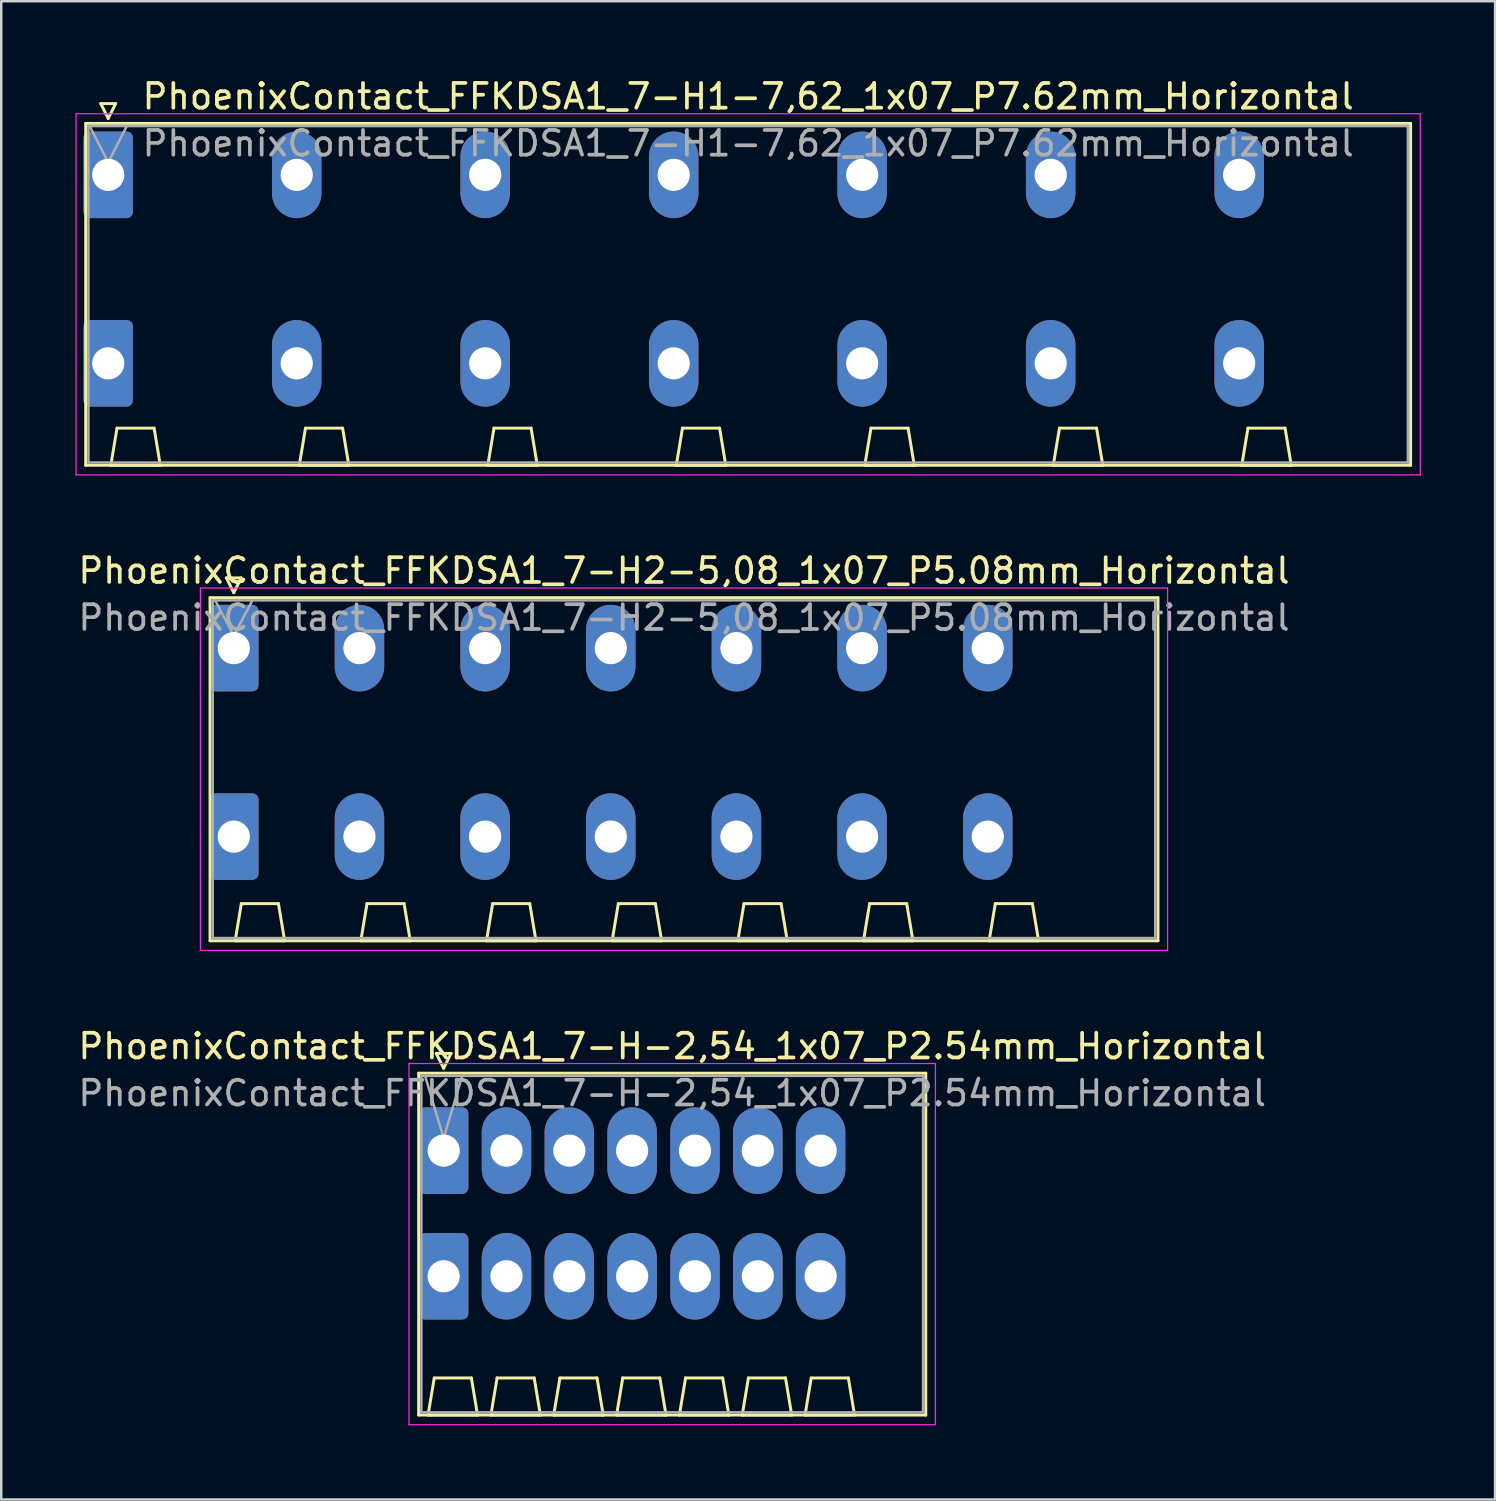
<source format=kicad_pcb>
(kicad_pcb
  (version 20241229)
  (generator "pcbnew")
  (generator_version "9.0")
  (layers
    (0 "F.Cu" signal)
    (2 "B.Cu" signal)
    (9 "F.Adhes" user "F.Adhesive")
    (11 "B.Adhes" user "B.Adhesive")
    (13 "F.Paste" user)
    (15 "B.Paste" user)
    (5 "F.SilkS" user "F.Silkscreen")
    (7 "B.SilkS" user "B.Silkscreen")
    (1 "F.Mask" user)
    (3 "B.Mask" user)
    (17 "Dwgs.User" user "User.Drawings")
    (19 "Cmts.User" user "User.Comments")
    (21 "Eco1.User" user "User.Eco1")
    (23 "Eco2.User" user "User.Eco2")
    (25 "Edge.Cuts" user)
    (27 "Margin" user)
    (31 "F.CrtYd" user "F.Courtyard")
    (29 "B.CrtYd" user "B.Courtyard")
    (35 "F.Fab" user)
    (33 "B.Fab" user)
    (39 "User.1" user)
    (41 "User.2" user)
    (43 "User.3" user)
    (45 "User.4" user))
  (footprint "PhoenixContact_FFKDSA1_7-H-2,54_1x07_P2.54mm_Horizontal"
    (layer "F.Cu")
    (at 14.885 43.465)
    (property "Reference" "PhoenixContact_FFKDSA1_7-H-2,54_1x07_P2.54mm_Horizontal" (at 9.24 -4.22 0) (layer "F.SilkS") (effects (font (size 1 1) (thickness 0.15))))
    (attr through_hole)
    (fp_line (start -1.01 -3.13) (end -1.01 10.69) (stroke (width 0.12) (type solid)) (layer "F.SilkS"))
    (fp_line (start -1.01 10.69) (end 19.49 10.69) (stroke (width 0.12) (type solid)) (layer "F.SilkS"))
    (fp_line (start -0.63 10.69) (end 1.37 10.69) (stroke (width 0.12) (type solid)) (layer "F.SilkS"))
    (fp_line (start -0.38 9.19) (end -0.63 10.69) (stroke (width 0.12) (type solid)) (layer "F.SilkS"))
    (fp_line (start -0.3 -3.93) (end 0.3 -3.93) (stroke (width 0.12) (type solid)) (layer "F.SilkS"))
    (fp_line (start 0 -3.33) (end -0.3 -3.93) (stroke (width 0.12) (type solid)) (layer "F.SilkS"))
    (fp_line (start 0.3 -3.93) (end 0 -3.33) (stroke (width 0.12) (type solid)) (layer "F.SilkS"))
    (fp_line (start 1.12 9.19) (end -0.38 9.19) (stroke (width 0.12) (type solid)) (layer "F.SilkS"))
    (fp_line (start 1.37 10.69) (end 1.12 9.19) (stroke (width 0.12) (type solid)) (layer "F.SilkS"))
    (fp_line (start 1.91 10.69) (end 3.91 10.69) (stroke (width 0.12) (type solid)) (layer "F.SilkS"))
    (fp_line (start 2.16 9.19) (end 1.91 10.69) (stroke (width 0.12) (type solid)) (layer "F.SilkS"))
    (fp_line (start 3.66 9.19) (end 2.16 9.19) (stroke (width 0.12) (type solid)) (layer "F.SilkS"))
    (fp_line (start 3.91 10.69) (end 3.66 9.19) (stroke (width 0.12) (type solid)) (layer "F.SilkS"))
    (fp_line (start 4.45 10.69) (end 6.45 10.69) (stroke (width 0.12) (type solid)) (layer "F.SilkS"))
    (fp_line (start 4.7 9.19) (end 4.45 10.69) (stroke (width 0.12) (type solid)) (layer "F.SilkS"))
    (fp_line (start 6.2 9.19) (end 4.7 9.19) (stroke (width 0.12) (type solid)) (layer "F.SilkS"))
    (fp_line (start 6.45 10.69) (end 6.2 9.19) (stroke (width 0.12) (type solid)) (layer "F.SilkS"))
    (fp_line (start 6.99 10.69) (end 8.99 10.69) (stroke (width 0.12) (type solid)) (layer "F.SilkS"))
    (fp_line (start 7.24 9.19) (end 6.99 10.69) (stroke (width 0.12) (type solid)) (layer "F.SilkS"))
    (fp_line (start 8.74 9.19) (end 7.24 9.19) (stroke (width 0.12) (type solid)) (layer "F.SilkS"))
    (fp_line (start 8.99 10.69) (end 8.74 9.19) (stroke (width 0.12) (type solid)) (layer "F.SilkS"))
    (fp_line (start 9.53 10.69) (end 11.53 10.69) (stroke (width 0.12) (type solid)) (layer "F.SilkS"))
    (fp_line (start 9.78 9.19) (end 9.53 10.69) (stroke (width 0.12) (type solid)) (layer "F.SilkS"))
    (fp_line (start 11.28 9.19) (end 9.78 9.19) (stroke (width 0.12) (type solid)) (layer "F.SilkS"))
    (fp_line (start 11.53 10.69) (end 11.28 9.19) (stroke (width 0.12) (type solid)) (layer "F.SilkS"))
    (fp_line (start 12.07 10.69) (end 14.07 10.69) (stroke (width 0.12) (type solid)) (layer "F.SilkS"))
    (fp_line (start 12.32 9.19) (end 12.07 10.69) (stroke (width 0.12) (type solid)) (layer "F.SilkS"))
    (fp_line (start 13.82 9.19) (end 12.32 9.19) (stroke (width 0.12) (type solid)) (layer "F.SilkS"))
    (fp_line (start 14.07 10.69) (end 13.82 9.19) (stroke (width 0.12) (type solid)) (layer "F.SilkS"))
    (fp_line (start 14.61 10.69) (end 16.61 10.69) (stroke (width 0.12) (type solid)) (layer "F.SilkS"))
    (fp_line (start 14.86 9.19) (end 14.61 10.69) (stroke (width 0.12) (type solid)) (layer "F.SilkS"))
    (fp_line (start 16.36 9.19) (end 14.86 9.19) (stroke (width 0.12) (type solid)) (layer "F.SilkS"))
    (fp_line (start 16.61 10.69) (end 16.36 9.19) (stroke (width 0.12) (type solid)) (layer "F.SilkS"))
    (fp_line (start 19.49 -3.13) (end -1.01 -3.13) (stroke (width 0.12) (type solid)) (layer "F.SilkS"))
    (fp_line (start 19.49 10.69) (end 19.49 -3.13) (stroke (width 0.12) (type solid)) (layer "F.SilkS"))
    (fp_line (start -1.4 -3.52) (end -1.4 11.08) (stroke (width 0.05) (type solid)) (layer "F.CrtYd"))
    (fp_line (start -1.4 11.08) (end 19.88 11.08) (stroke (width 0.05) (type solid)) (layer "F.CrtYd"))
    (fp_line (start 19.88 -3.52) (end -1.4 -3.52) (stroke (width 0.05) (type solid)) (layer "F.CrtYd"))
    (fp_line (start 19.88 11.08) (end 19.88 -3.52) (stroke (width 0.05) (type solid)) (layer "F.CrtYd"))
    (fp_line (start -0.9 -3.02) (end -0.9 10.58) (stroke (width 0.1) (type solid)) (layer "F.Fab"))
    (fp_line (start -0.9 10.58) (end 19.38 10.58) (stroke (width 0.1) (type solid)) (layer "F.Fab"))
    (fp_line (start 0 -0.5) (end -0.75 -3.02) (stroke (width 0.1) (type solid)) (layer "F.Fab"))
    (fp_line (start 0.75 -3.02) (end 0 -0.5) (stroke (width 0.1) (type solid)) (layer "F.Fab"))
    (fp_line (start 19.38 -3.02) (end -0.9 -3.02) (stroke (width 0.1) (type solid)) (layer "F.Fab"))
    (fp_line (start 19.38 10.58) (end 19.38 -3.02) (stroke (width 0.1) (type solid)) (layer "F.Fab"))
    (fp_text user "${REFERENCE}" (at 9.24 -2.32 0) (layer "F.Fab") (effects (font (size 1 1) (thickness 0.15))))
    (pad "1" thru_hole roundrect (at 0 0) (size 2 3.5) (drill 1.3) (layers "*.Cu" "*.Mask") (roundrect_rratio 0.125))
    (pad "1" thru_hole roundrect (at 0 5.08) (size 2 3.5) (drill 1.3) (layers "*.Cu" "*.Mask") (roundrect_rratio 0.125))
    (pad "2" thru_hole oval (at 2.54 0) (size 2 3.5) (drill 1.3) (layers "*.Cu" "*.Mask"))
    (pad "2" thru_hole oval (at 2.54 5.08) (size 2 3.5) (drill 1.3) (layers "*.Cu" "*.Mask"))
    (pad "3" thru_hole oval (at 5.08 0) (size 2 3.5) (drill 1.3) (layers "*.Cu" "*.Mask"))
    (pad "3" thru_hole oval (at 5.08 5.08) (size 2 3.5) (drill 1.3) (layers "*.Cu" "*.Mask"))
    (pad "4" thru_hole oval (at 7.62 0) (size 2 3.5) (drill 1.3) (layers "*.Cu" "*.Mask"))
    (pad "4" thru_hole oval (at 7.62 5.08) (size 2 3.5) (drill 1.3) (layers "*.Cu" "*.Mask"))
    (pad "5" thru_hole oval (at 10.16 0) (size 2 3.5) (drill 1.3) (layers "*.Cu" "*.Mask"))
    (pad "5" thru_hole oval (at 10.16 5.08) (size 2 3.5) (drill 1.3) (layers "*.Cu" "*.Mask"))
    (pad "6" thru_hole oval (at 12.7 0) (size 2 3.5) (drill 1.3) (layers "*.Cu" "*.Mask"))
    (pad "6" thru_hole oval (at 12.7 5.08) (size 2 3.5) (drill 1.3) (layers "*.Cu" "*.Mask"))
    (pad "7" thru_hole oval (at 15.24 0) (size 2 3.5) (drill 1.3) (layers "*.Cu" "*.Mask"))
    (pad "7" thru_hole oval (at 15.24 5.08) (size 2 3.5) (drill 1.3) (layers "*.Cu" "*.Mask")))
  (footprint "PhoenixContact_FFKDSA1_7-H1-7,62_1x07_P7.62mm_Horizontal"
    (layer "F.Cu")
    (at 1.325 4.018)
    (property "Reference" "PhoenixContact_FFKDSA1_7-H1-7,62_1x07_P7.62mm_Horizontal" (at 25.87 -3.17 0) (layer "F.SilkS") (effects (font (size 1 1) (thickness 0.15))))
    (attr through_hole)
    (fp_line (start -0.91 -2.08) (end -0.91 11.74) (stroke (width 0.12) (type solid)) (layer "F.SilkS"))
    (fp_line (start -0.91 11.74) (end 52.65 11.74) (stroke (width 0.12) (type solid)) (layer "F.SilkS"))
    (fp_line (start -0.3 -2.88) (end 0.3 -2.88) (stroke (width 0.12) (type solid)) (layer "F.SilkS"))
    (fp_line (start 0 -2.28) (end -0.3 -2.88) (stroke (width 0.12) (type solid)) (layer "F.SilkS"))
    (fp_line (start 0.105 11.74) (end 2.105 11.74) (stroke (width 0.12) (type solid)) (layer "F.SilkS"))
    (fp_line (start 0.3 -2.88) (end 0 -2.28) (stroke (width 0.12) (type solid)) (layer "F.SilkS"))
    (fp_line (start 0.355 10.24) (end 0.105 11.74) (stroke (width 0.12) (type solid)) (layer "F.SilkS"))
    (fp_line (start 1.855 10.24) (end 0.355 10.24) (stroke (width 0.12) (type solid)) (layer "F.SilkS"))
    (fp_line (start 2.105 11.74) (end 1.855 10.24) (stroke (width 0.12) (type solid)) (layer "F.SilkS"))
    (fp_line (start 7.725 11.74) (end 9.725 11.74) (stroke (width 0.12) (type solid)) (layer "F.SilkS"))
    (fp_line (start 7.975 10.24) (end 7.725 11.74) (stroke (width 0.12) (type solid)) (layer "F.SilkS"))
    (fp_line (start 9.475 10.24) (end 7.975 10.24) (stroke (width 0.12) (type solid)) (layer "F.SilkS"))
    (fp_line (start 9.725 11.74) (end 9.475 10.24) (stroke (width 0.12) (type solid)) (layer "F.SilkS"))
    (fp_line (start 15.345 11.74) (end 17.345 11.74) (stroke (width 0.12) (type solid)) (layer "F.SilkS"))
    (fp_line (start 15.595 10.24) (end 15.345 11.74) (stroke (width 0.12) (type solid)) (layer "F.SilkS"))
    (fp_line (start 17.095 10.24) (end 15.595 10.24) (stroke (width 0.12) (type solid)) (layer "F.SilkS"))
    (fp_line (start 17.345 11.74) (end 17.095 10.24) (stroke (width 0.12) (type solid)) (layer "F.SilkS"))
    (fp_line (start 22.965 11.74) (end 24.965 11.74) (stroke (width 0.12) (type solid)) (layer "F.SilkS"))
    (fp_line (start 23.215 10.24) (end 22.965 11.74) (stroke (width 0.12) (type solid)) (layer "F.SilkS"))
    (fp_line (start 24.715 10.24) (end 23.215 10.24) (stroke (width 0.12) (type solid)) (layer "F.SilkS"))
    (fp_line (start 24.965 11.74) (end 24.715 10.24) (stroke (width 0.12) (type solid)) (layer "F.SilkS"))
    (fp_line (start 30.585 11.74) (end 32.585 11.74) (stroke (width 0.12) (type solid)) (layer "F.SilkS"))
    (fp_line (start 30.835 10.24) (end 30.585 11.74) (stroke (width 0.12) (type solid)) (layer "F.SilkS"))
    (fp_line (start 32.335 10.24) (end 30.835 10.24) (stroke (width 0.12) (type solid)) (layer "F.SilkS"))
    (fp_line (start 32.585 11.74) (end 32.335 10.24) (stroke (width 0.12) (type solid)) (layer "F.SilkS"))
    (fp_line (start 38.205 11.74) (end 40.205 11.74) (stroke (width 0.12) (type solid)) (layer "F.SilkS"))
    (fp_line (start 38.455 10.24) (end 38.205 11.74) (stroke (width 0.12) (type solid)) (layer "F.SilkS"))
    (fp_line (start 39.955 10.24) (end 38.455 10.24) (stroke (width 0.12) (type solid)) (layer "F.SilkS"))
    (fp_line (start 40.205 11.74) (end 39.955 10.24) (stroke (width 0.12) (type solid)) (layer "F.SilkS"))
    (fp_line (start 45.825 11.74) (end 47.825 11.74) (stroke (width 0.12) (type solid)) (layer "F.SilkS"))
    (fp_line (start 46.075 10.24) (end 45.825 11.74) (stroke (width 0.12) (type solid)) (layer "F.SilkS"))
    (fp_line (start 47.575 10.24) (end 46.075 10.24) (stroke (width 0.12) (type solid)) (layer "F.SilkS"))
    (fp_line (start 47.825 11.74) (end 47.575 10.24) (stroke (width 0.12) (type solid)) (layer "F.SilkS"))
    (fp_line (start 52.65 -2.08) (end -0.91 -2.08) (stroke (width 0.12) (type solid)) (layer "F.SilkS"))
    (fp_line (start 52.65 11.74) (end 52.65 -2.08) (stroke (width 0.12) (type solid)) (layer "F.SilkS"))
    (fp_line (start -1.3 -2.47) (end -1.3 12.13) (stroke (width 0.05) (type solid)) (layer "F.CrtYd"))
    (fp_line (start -1.3 12.13) (end 53.04 12.13) (stroke (width 0.05) (type solid)) (layer "F.CrtYd"))
    (fp_line (start 53.04 -2.47) (end -1.3 -2.47) (stroke (width 0.05) (type solid)) (layer "F.CrtYd"))
    (fp_line (start 53.04 12.13) (end 53.04 -2.47) (stroke (width 0.05) (type solid)) (layer "F.CrtYd"))
    (fp_line (start -0.8 -1.97) (end -0.8 11.63) (stroke (width 0.1) (type solid)) (layer "F.Fab"))
    (fp_line (start -0.8 11.63) (end 52.54 11.63) (stroke (width 0.1) (type solid)) (layer "F.Fab"))
    (fp_line (start 0 -0.5) (end -0.75 -1.97) (stroke (width 0.1) (type solid)) (layer "F.Fab"))
    (fp_line (start 0.75 -1.97) (end 0 -0.5) (stroke (width 0.1) (type solid)) (layer "F.Fab"))
    (fp_line (start 52.54 -1.97) (end -0.8 -1.97) (stroke (width 0.1) (type solid)) (layer "F.Fab"))
    (fp_line (start 52.54 11.63) (end 52.54 -1.97) (stroke (width 0.1) (type solid)) (layer "F.Fab"))
    (fp_text user "${REFERENCE}" (at 25.87 -1.27 0) (layer "F.Fab") (effects (font (size 1 1) (thickness 0.15))))
    (pad "1" thru_hole roundrect (at 0 0) (size 2 3.5) (drill 1.3) (layers "*.Cu" "*.Mask") (roundrect_rratio 0.125))
    (pad "1" thru_hole roundrect (at 0 7.62) (size 2 3.5) (drill 1.3) (layers "*.Cu" "*.Mask") (roundrect_rratio 0.125))
    (pad "2" thru_hole oval (at 7.62 0) (size 2 3.5) (drill 1.3) (layers "*.Cu" "*.Mask"))
    (pad "2" thru_hole oval (at 7.62 7.62) (size 2 3.5) (drill 1.3) (layers "*.Cu" "*.Mask"))
    (pad "3" thru_hole oval (at 15.24 0) (size 2 3.5) (drill 1.3) (layers "*.Cu" "*.Mask"))
    (pad "3" thru_hole oval (at 15.24 7.62) (size 2 3.5) (drill 1.3) (layers "*.Cu" "*.Mask"))
    (pad "4" thru_hole oval (at 22.86 0) (size 2 3.5) (drill 1.3) (layers "*.Cu" "*.Mask"))
    (pad "4" thru_hole oval (at 22.86 7.62) (size 2 3.5) (drill 1.3) (layers "*.Cu" "*.Mask"))
    (pad "5" thru_hole oval (at 30.48 0) (size 2 3.5) (drill 1.3) (layers "*.Cu" "*.Mask"))
    (pad "5" thru_hole oval (at 30.48 7.62) (size 2 3.5) (drill 1.3) (layers "*.Cu" "*.Mask"))
    (pad "6" thru_hole oval (at 38.1 0) (size 2 3.5) (drill 1.3) (layers "*.Cu" "*.Mask"))
    (pad "6" thru_hole oval (at 38.1 7.62) (size 2 3.5) (drill 1.3) (layers "*.Cu" "*.Mask"))
    (pad "7" thru_hole oval (at 45.72 0) (size 2 3.5) (drill 1.3) (layers "*.Cu" "*.Mask"))
    (pad "7" thru_hole oval (at 45.72 7.62) (size 2 3.5) (drill 1.3) (layers "*.Cu" "*.Mask")))
  (footprint "PhoenixContact_FFKDSA1_7-H2-5,08_1x07_P5.08mm_Horizontal"
    (layer "F.Cu")
    (at 6.401 23.151)
    (property "Reference" "PhoenixContact_FFKDSA1_7-H2-5,08_1x07_P5.08mm_Horizontal" (at 18.2 -3.13 0) (layer "F.SilkS") (effects (font (size 1 1) (thickness 0.15))))
    (attr through_hole)
    (fp_line (start -0.96 -2.04) (end -0.96 11.83) (stroke (width 0.12) (type solid)) (layer "F.SilkS"))
    (fp_line (start -0.96 11.83) (end 37.36 11.83) (stroke (width 0.12) (type solid)) (layer "F.SilkS"))
    (fp_line (start -0.3 -2.84) (end 0.3 -2.84) (stroke (width 0.12) (type solid)) (layer "F.SilkS"))
    (fp_line (start 0 -2.24) (end -0.3 -2.84) (stroke (width 0.12) (type solid)) (layer "F.SilkS"))
    (fp_line (start 0.055 11.83) (end 2.055 11.83) (stroke (width 0.12) (type solid)) (layer "F.SilkS"))
    (fp_line (start 0.3 -2.84) (end 0 -2.24) (stroke (width 0.12) (type solid)) (layer "F.SilkS"))
    (fp_line (start 0.305 10.33) (end 0.055 11.83) (stroke (width 0.12) (type solid)) (layer "F.SilkS"))
    (fp_line (start 1.805 10.33) (end 0.305 10.33) (stroke (width 0.12) (type solid)) (layer "F.SilkS"))
    (fp_line (start 2.055 11.83) (end 1.805 10.33) (stroke (width 0.12) (type solid)) (layer "F.SilkS"))
    (fp_line (start 5.135 11.83) (end 7.135 11.83) (stroke (width 0.12) (type solid)) (layer "F.SilkS"))
    (fp_line (start 5.385 10.33) (end 5.135 11.83) (stroke (width 0.12) (type solid)) (layer "F.SilkS"))
    (fp_line (start 6.885 10.33) (end 5.385 10.33) (stroke (width 0.12) (type solid)) (layer "F.SilkS"))
    (fp_line (start 7.135 11.83) (end 6.885 10.33) (stroke (width 0.12) (type solid)) (layer "F.SilkS"))
    (fp_line (start 10.215 11.83) (end 12.215 11.83) (stroke (width 0.12) (type solid)) (layer "F.SilkS"))
    (fp_line (start 10.465 10.33) (end 10.215 11.83) (stroke (width 0.12) (type solid)) (layer "F.SilkS"))
    (fp_line (start 11.965 10.33) (end 10.465 10.33) (stroke (width 0.12) (type solid)) (layer "F.SilkS"))
    (fp_line (start 12.215 11.83) (end 11.965 10.33) (stroke (width 0.12) (type solid)) (layer "F.SilkS"))
    (fp_line (start 15.295 11.83) (end 17.295 11.83) (stroke (width 0.12) (type solid)) (layer "F.SilkS"))
    (fp_line (start 15.545 10.33) (end 15.295 11.83) (stroke (width 0.12) (type solid)) (layer "F.SilkS"))
    (fp_line (start 17.045 10.33) (end 15.545 10.33) (stroke (width 0.12) (type solid)) (layer "F.SilkS"))
    (fp_line (start 17.295 11.83) (end 17.045 10.33) (stroke (width 0.12) (type solid)) (layer "F.SilkS"))
    (fp_line (start 20.375 11.83) (end 22.375 11.83) (stroke (width 0.12) (type solid)) (layer "F.SilkS"))
    (fp_line (start 20.625 10.33) (end 20.375 11.83) (stroke (width 0.12) (type solid)) (layer "F.SilkS"))
    (fp_line (start 22.125 10.33) (end 20.625 10.33) (stroke (width 0.12) (type solid)) (layer "F.SilkS"))
    (fp_line (start 22.375 11.83) (end 22.125 10.33) (stroke (width 0.12) (type solid)) (layer "F.SilkS"))
    (fp_line (start 25.455 11.83) (end 27.455 11.83) (stroke (width 0.12) (type solid)) (layer "F.SilkS"))
    (fp_line (start 25.705 10.33) (end 25.455 11.83) (stroke (width 0.12) (type solid)) (layer "F.SilkS"))
    (fp_line (start 27.205 10.33) (end 25.705 10.33) (stroke (width 0.12) (type solid)) (layer "F.SilkS"))
    (fp_line (start 27.455 11.83) (end 27.205 10.33) (stroke (width 0.12) (type solid)) (layer "F.SilkS"))
    (fp_line (start 30.535 11.83) (end 32.535 11.83) (stroke (width 0.12) (type solid)) (layer "F.SilkS"))
    (fp_line (start 30.785 10.33) (end 30.535 11.83) (stroke (width 0.12) (type solid)) (layer "F.SilkS"))
    (fp_line (start 32.285 10.33) (end 30.785 10.33) (stroke (width 0.12) (type solid)) (layer "F.SilkS"))
    (fp_line (start 32.535 11.83) (end 32.285 10.33) (stroke (width 0.12) (type solid)) (layer "F.SilkS"))
    (fp_line (start 37.36 -2.04) (end -0.96 -2.04) (stroke (width 0.12) (type solid)) (layer "F.SilkS"))
    (fp_line (start 37.36 11.83) (end 37.36 -2.04) (stroke (width 0.12) (type solid)) (layer "F.SilkS"))
    (fp_line (start -1.35 -2.43) (end -1.35 12.22) (stroke (width 0.05) (type solid)) (layer "F.CrtYd"))
    (fp_line (start -1.35 12.22) (end 37.75 12.22) (stroke (width 0.05) (type solid)) (layer "F.CrtYd"))
    (fp_line (start 37.75 -2.43) (end -1.35 -2.43) (stroke (width 0.05) (type solid)) (layer "F.CrtYd"))
    (fp_line (start 37.75 12.22) (end 37.75 -2.43) (stroke (width 0.05) (type solid)) (layer "F.CrtYd"))
    (fp_line (start -0.85 -1.93) (end -0.85 11.72) (stroke (width 0.1) (type solid)) (layer "F.Fab"))
    (fp_line (start -0.85 11.72) (end 37.25 11.72) (stroke (width 0.1) (type solid)) (layer "F.Fab"))
    (fp_line (start 0 -0.5) (end -0.75 -1.93) (stroke (width 0.1) (type solid)) (layer "F.Fab"))
    (fp_line (start 0.75 -1.93) (end 0 -0.5) (stroke (width 0.1) (type solid)) (layer "F.Fab"))
    (fp_line (start 37.25 -1.93) (end -0.85 -1.93) (stroke (width 0.1) (type solid)) (layer "F.Fab"))
    (fp_line (start 37.25 11.72) (end 37.25 -1.93) (stroke (width 0.1) (type solid)) (layer "F.Fab"))
    (fp_text user "${REFERENCE}" (at 18.2 -1.23 0) (layer "F.Fab") (effects (font (size 1 1) (thickness 0.15))))
    (pad "1" thru_hole roundrect (at 0 0) (size 2 3.5) (drill 1.3) (layers "*.Cu" "*.Mask") (roundrect_rratio 0.125))
    (pad "1" thru_hole roundrect (at 0 7.62) (size 2 3.5) (drill 1.3) (layers "*.Cu" "*.Mask") (roundrect_rratio 0.125))
    (pad "2" thru_hole oval (at 5.08 0) (size 2 3.5) (drill 1.3) (layers "*.Cu" "*.Mask"))
    (pad "2" thru_hole oval (at 5.08 7.62) (size 2 3.5) (drill 1.3) (layers "*.Cu" "*.Mask"))
    (pad "3" thru_hole oval (at 10.16 0) (size 2 3.5) (drill 1.3) (layers "*.Cu" "*.Mask"))
    (pad "3" thru_hole oval (at 10.16 7.62) (size 2 3.5) (drill 1.3) (layers "*.Cu" "*.Mask"))
    (pad "4" thru_hole oval (at 15.24 0) (size 2 3.5) (drill 1.3) (layers "*.Cu" "*.Mask"))
    (pad "4" thru_hole oval (at 15.24 7.62) (size 2 3.5) (drill 1.3) (layers "*.Cu" "*.Mask"))
    (pad "5" thru_hole oval (at 20.32 0) (size 2 3.5) (drill 1.3) (layers "*.Cu" "*.Mask"))
    (pad "5" thru_hole oval (at 20.32 7.62) (size 2 3.5) (drill 1.3) (layers "*.Cu" "*.Mask"))
    (pad "6" thru_hole oval (at 25.4 0) (size 2 3.5) (drill 1.3) (layers "*.Cu" "*.Mask"))
    (pad "6" thru_hole oval (at 25.4 7.62) (size 2 3.5) (drill 1.3) (layers "*.Cu" "*.Mask"))
    (pad "7" thru_hole oval (at 30.48 0) (size 2 3.5) (drill 1.3) (layers "*.Cu" "*.Mask"))
    (pad "7" thru_hole oval (at 30.48 7.62) (size 2 3.5) (drill 1.3) (layers "*.Cu" "*.Mask")))
  (gr_rect
    (start -3 -3)
    (end 57.39 57.57)
    (stroke (width 0.1) (type default))
    (fill no)
    (layer "Edge.Cuts")))
</source>
